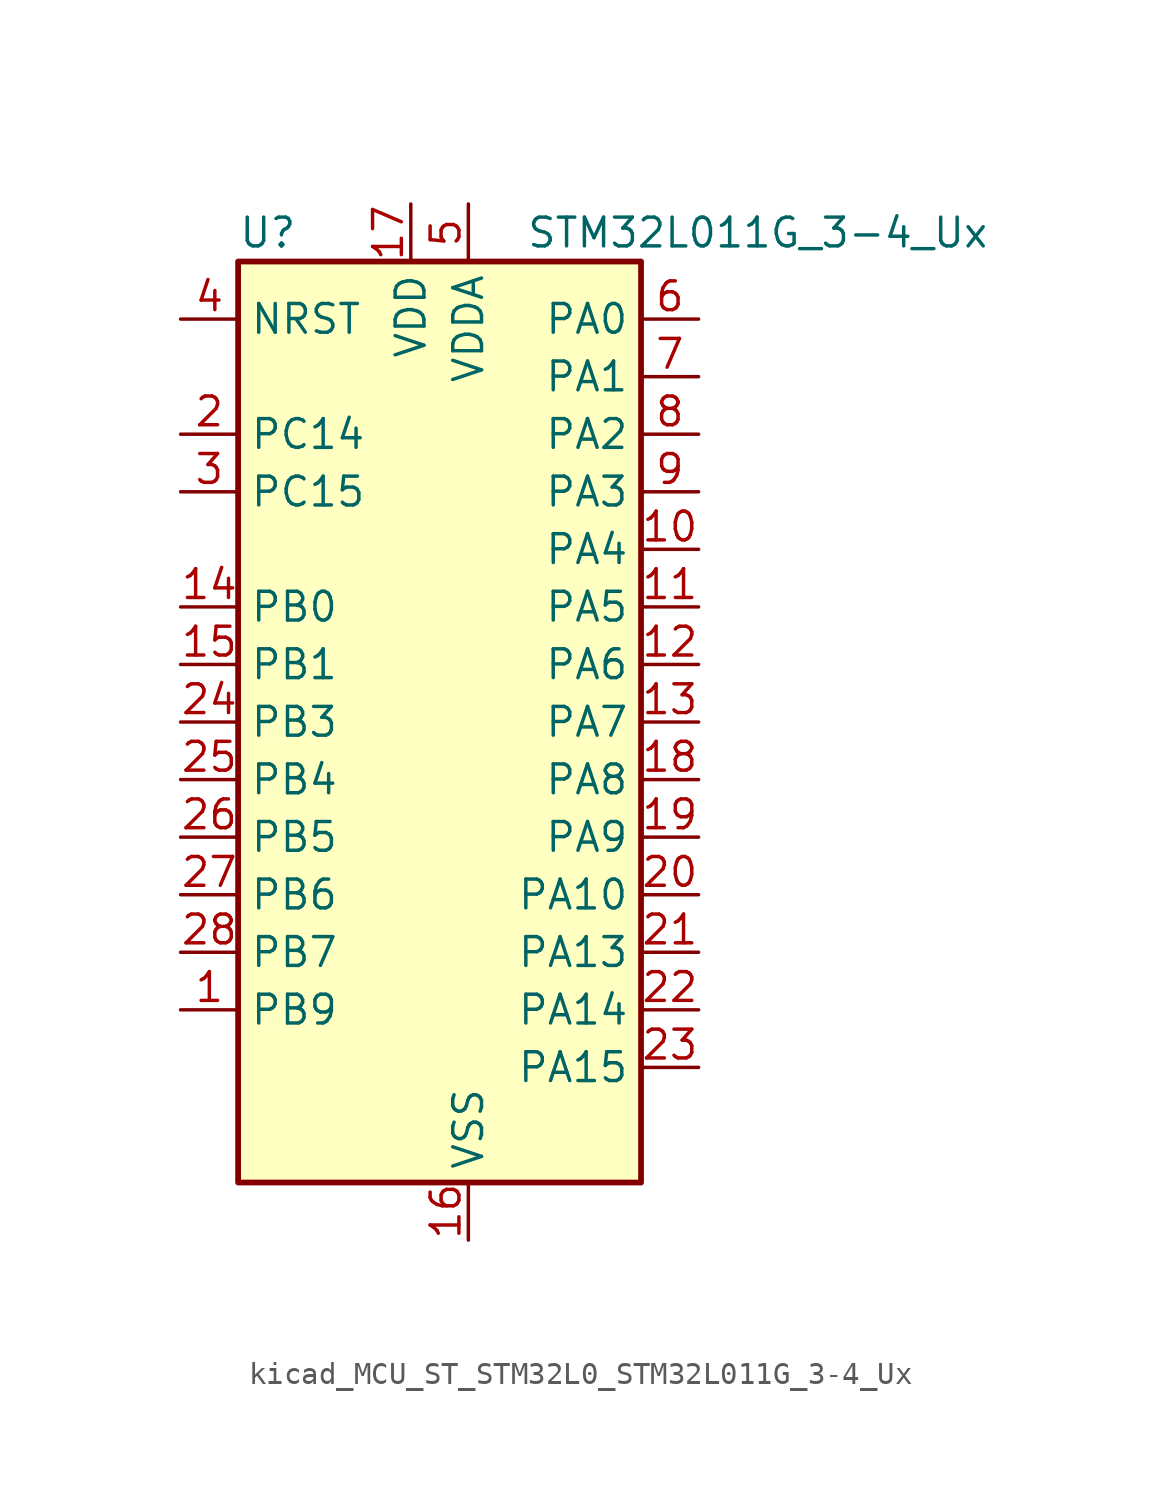
<source format=kicad_sym>
(kicad_symbol_lib
  (version 20220914)
  (generator kicad_symbol_editor)
  (symbol "kicad_MCU_ST_STM32L0_STM32L011G_3-4_Ux"
    (property "Reference" "U"
      (at -7.62 21.59 0)
      (effects (font (size 1.27 1.27)) (justify left)))
    (property "Value" "STM32L011G_3-4_Ux"
      (at 5.08 21.59 0)
      (effects (font (size 1.27 1.27)) (justify left)))
    (property "ki_locked" ""
      (at 0 0 0)
      (effects (font (size 1.27 1.27))))
    (symbol "kicad_MCU_ST_STM32L0_STM32L011G_3-4_Ux_0_1"
      (rectangle (start -7.62 -20.32) (end 10.16 20.32) (stroke (width 0.254) (type default)) (fill (type background))))
    (symbol "kicad_MCU_ST_STM32L0_STM32L011G_3-4_Ux_1_1"
      (pin bidirectional line (at -10.16 -12.7 0) (length 2.54) (name "PB9" (effects (font (size 1.27 1.27)))) (number "1" (effects (font (size 1.27 1.27)))))
      (pin bidirectional line (at 12.7 7.62 180) (length 2.54) (name "PA4" (effects (font (size 1.27 1.27)))) (number "10" (effects (font (size 1.27 1.27)))) (alternate "ADC_IN4" bidirectional line) (alternate "COMP1_INM" bidirectional line) (alternate "COMP2_INM" bidirectional line) (alternate "COMP2_OUT" bidirectional line) (alternate "I2C1_SCL" bidirectional line) (alternate "LPTIM1_ETR" bidirectional line) (alternate "LPTIM1_IN1" bidirectional line) (alternate "LPUART1_TX" bidirectional line) (alternate "SPI1_NSS" bidirectional line) (alternate "TIM2_ETR" bidirectional line) (alternate "USART2_CK" bidirectional line))
      (pin bidirectional line (at 12.7 5.08 180) (length 2.54) (name "PA5" (effects (font (size 1.27 1.27)))) (number "11" (effects (font (size 1.27 1.27)))) (alternate "ADC_IN5" bidirectional line) (alternate "COMP1_INM" bidirectional line) (alternate "COMP2_INM" bidirectional line) (alternate "LPTIM1_IN2" bidirectional line) (alternate "SPI1_SCK" bidirectional line) (alternate "TIM2_CH1" bidirectional line) (alternate "TIM2_ETR" bidirectional line))
      (pin bidirectional line (at 12.7 2.54 180) (length 2.54) (name "PA6" (effects (font (size 1.27 1.27)))) (number "12" (effects (font (size 1.27 1.27)))) (alternate "ADC_IN6" bidirectional line) (alternate "COMP1_OUT" bidirectional line) (alternate "LPTIM1_ETR" bidirectional line) (alternate "LPUART1_CTS" bidirectional line) (alternate "SPI1_MISO" bidirectional line))
      (pin bidirectional line (at 12.7 0 180) (length 2.54) (name "PA7" (effects (font (size 1.27 1.27)))) (number "13" (effects (font (size 1.27 1.27)))) (alternate "ADC_IN7" bidirectional line) (alternate "COMP2_INP" bidirectional line) (alternate "COMP2_OUT" bidirectional line) (alternate "LPTIM1_OUT" bidirectional line) (alternate "SPI1_MOSI" bidirectional line) (alternate "TIM21_ETR" bidirectional line) (alternate "USART2_CTS" bidirectional line))
      (pin bidirectional line (at -10.16 5.08 0) (length 2.54) (name "PB0" (effects (font (size 1.27 1.27)))) (number "14" (effects (font (size 1.27 1.27)))) (alternate "ADC_IN8" bidirectional line) (alternate "SPI1_MISO" bidirectional line) (alternate "SYS_VREF_OUT_PB0" bidirectional line) (alternate "TIM2_CH2" bidirectional line) (alternate "TIM2_CH3" bidirectional line) (alternate "USART2_DE" bidirectional line) (alternate "USART2_RTS" bidirectional line))
      (pin bidirectional line (at -10.16 2.54 0) (length 2.54) (name "PB1" (effects (font (size 1.27 1.27)))) (number "15" (effects (font (size 1.27 1.27)))) (alternate "ADC_IN9" bidirectional line) (alternate "LPTIM1_IN1" bidirectional line) (alternate "LPUART1_DE" bidirectional line) (alternate "LPUART1_RTS" bidirectional line) (alternate "SPI1_MOSI" bidirectional line) (alternate "SYS_VREF_OUT_PB1" bidirectional line) (alternate "TIM2_CH4" bidirectional line) (alternate "USART2_CK" bidirectional line))
      (pin power_in line (at 2.54 -22.86 90) (length 2.54) (name "VSS" (effects (font (size 1.27 1.27)))) (number "16" (effects (font (size 1.27 1.27)))))
      (pin power_in line (at 0 22.86 270) (length 2.54) (name "VDD" (effects (font (size 1.27 1.27)))) (number "17" (effects (font (size 1.27 1.27)))))
      (pin bidirectional line (at 12.7 -2.54 180) (length 2.54) (name "PA8" (effects (font (size 1.27 1.27)))) (number "18" (effects (font (size 1.27 1.27)))) (alternate "LPTIM1_IN1" bidirectional line) (alternate "RCC_MCO" bidirectional line) (alternate "TIM2_CH1" bidirectional line) (alternate "USART2_CK" bidirectional line))
      (pin bidirectional line (at 12.7 -5.08 180) (length 2.54) (name "PA9" (effects (font (size 1.27 1.27)))) (number "19" (effects (font (size 1.27 1.27)))) (alternate "COMP1_OUT" bidirectional line) (alternate "I2C1_SCL" bidirectional line) (alternate "LPTIM1_OUT" bidirectional line) (alternate "RCC_MCO" bidirectional line) (alternate "TIM21_CH2" bidirectional line) (alternate "USART2_TX" bidirectional line))
      (pin bidirectional line (at -10.16 12.7 0) (length 2.54) (name "PC14" (effects (font (size 1.27 1.27)))) (number "2" (effects (font (size 1.27 1.27)))) (alternate "RCC_OSC32_IN" bidirectional line))
      (pin bidirectional line (at 12.7 -7.62 180) (length 2.54) (name "PA10" (effects (font (size 1.27 1.27)))) (number "20" (effects (font (size 1.27 1.27)))) (alternate "COMP1_OUT" bidirectional line) (alternate "I2C1_SDA" bidirectional line) (alternate "RTC_REFIN" bidirectional line) (alternate "TIM21_CH1" bidirectional line) (alternate "TIM2_CH3" bidirectional line) (alternate "USART2_RX" bidirectional line))
      (pin bidirectional line (at 12.7 -10.16 180) (length 2.54) (name "PA13" (effects (font (size 1.27 1.27)))) (number "21" (effects (font (size 1.27 1.27)))) (alternate "COMP1_OUT" bidirectional line) (alternate "I2C1_SDA" bidirectional line) (alternate "LPTIM1_ETR" bidirectional line) (alternate "LPUART1_RX" bidirectional line) (alternate "SPI1_SCK" bidirectional line) (alternate "SYS_SWDIO" bidirectional line))
      (pin bidirectional line (at 12.7 -12.7 180) (length 2.54) (name "PA14" (effects (font (size 1.27 1.27)))) (number "22" (effects (font (size 1.27 1.27)))) (alternate "COMP2_OUT" bidirectional line) (alternate "I2C1_SMBA" bidirectional line) (alternate "LPTIM1_OUT" bidirectional line) (alternate "LPUART1_TX" bidirectional line) (alternate "SPI1_MISO" bidirectional line) (alternate "SYS_SWCLK" bidirectional line) (alternate "USART2_TX" bidirectional line))
      (pin bidirectional line (at 12.7 -15.24 180) (length 2.54) (name "PA15" (effects (font (size 1.27 1.27)))) (number "23" (effects (font (size 1.27 1.27)))) (alternate "SPI1_NSS" bidirectional line) (alternate "TIM2_CH1" bidirectional line) (alternate "TIM2_ETR" bidirectional line) (alternate "USART2_RX" bidirectional line))
      (pin bidirectional line (at -10.16 0 0) (length 2.54) (name "PB3" (effects (font (size 1.27 1.27)))) (number "24" (effects (font (size 1.27 1.27)))) (alternate "COMP2_INM" bidirectional line) (alternate "SPI1_SCK" bidirectional line) (alternate "TIM2_CH2" bidirectional line))
      (pin bidirectional line (at -10.16 -2.54 0) (length 2.54) (name "PB4" (effects (font (size 1.27 1.27)))) (number "25" (effects (font (size 1.27 1.27)))) (alternate "COMP2_INP" bidirectional line) (alternate "SPI1_MISO" bidirectional line))
      (pin bidirectional line (at -10.16 -5.08 0) (length 2.54) (name "PB5" (effects (font (size 1.27 1.27)))) (number "26" (effects (font (size 1.27 1.27)))) (alternate "COMP2_INP" bidirectional line) (alternate "I2C1_SMBA" bidirectional line) (alternate "LPTIM1_IN1" bidirectional line) (alternate "SPI1_MOSI" bidirectional line) (alternate "TIM21_CH1" bidirectional line))
      (pin bidirectional line (at -10.16 -7.62 0) (length 2.54) (name "PB6" (effects (font (size 1.27 1.27)))) (number "27" (effects (font (size 1.27 1.27)))) (alternate "COMP2_INP" bidirectional line) (alternate "I2C1_SCL" bidirectional line) (alternate "LPTIM1_ETR" bidirectional line) (alternate "LPUART1_TX" bidirectional line) (alternate "TIM2_CH3" bidirectional line) (alternate "USART2_TX" bidirectional line))
      (pin bidirectional line (at -10.16 -10.16 0) (length 2.54) (name "PB7" (effects (font (size 1.27 1.27)))) (number "28" (effects (font (size 1.27 1.27)))) (alternate "COMP2_INP" bidirectional line) (alternate "I2C1_SDA" bidirectional line) (alternate "LPTIM1_IN2" bidirectional line) (alternate "LPUART1_RX" bidirectional line) (alternate "SYS_PVD_IN" bidirectional line) (alternate "TIM2_CH4" bidirectional line) (alternate "USART2_RX" bidirectional line))
      (pin bidirectional line (at -10.16 10.16 0) (length 2.54) (name "PC15" (effects (font (size 1.27 1.27)))) (number "3" (effects (font (size 1.27 1.27)))) (alternate "RCC_OSC32_OUT" bidirectional line))
      (pin input line (at -10.16 17.78 0) (length 2.54) (name "NRST" (effects (font (size 1.27 1.27)))) (number "4" (effects (font (size 1.27 1.27)))))
      (pin power_in line (at 2.54 22.86 270) (length 2.54) (name "VDDA" (effects (font (size 1.27 1.27)))) (number "5" (effects (font (size 1.27 1.27)))))
      (pin bidirectional line (at 12.7 17.78 180) (length 2.54) (name "PA0" (effects (font (size 1.27 1.27)))) (number "6" (effects (font (size 1.27 1.27)))) (alternate "ADC_IN0" bidirectional line) (alternate "COMP1_INM" bidirectional line) (alternate "COMP1_OUT" bidirectional line) (alternate "LPTIM1_IN1" bidirectional line) (alternate "LPUART1_RX" bidirectional line) (alternate "RCC_CK_IN" bidirectional line) (alternate "RTC_TAMP2" bidirectional line) (alternate "SYS_WKUP1" bidirectional line) (alternate "TIM2_CH1" bidirectional line) (alternate "TIM2_ETR" bidirectional line) (alternate "USART2_CTS" bidirectional line) (alternate "USART2_RX" bidirectional line))
      (pin bidirectional line (at 12.7 15.24 180) (length 2.54) (name "PA1" (effects (font (size 1.27 1.27)))) (number "7" (effects (font (size 1.27 1.27)))) (alternate "ADC_IN1" bidirectional line) (alternate "COMP1_INP" bidirectional line) (alternate "I2C1_SMBA" bidirectional line) (alternate "LPTIM1_IN2" bidirectional line) (alternate "LPUART1_TX" bidirectional line) (alternate "TIM21_ETR" bidirectional line) (alternate "TIM2_CH2" bidirectional line) (alternate "USART2_DE" bidirectional line) (alternate "USART2_RTS" bidirectional line))
      (pin bidirectional line (at 12.7 12.7 180) (length 2.54) (name "PA2" (effects (font (size 1.27 1.27)))) (number "8" (effects (font (size 1.27 1.27)))) (alternate "ADC_IN2" bidirectional line) (alternate "COMP2_INM" bidirectional line) (alternate "COMP2_OUT" bidirectional line) (alternate "LPUART1_TX" bidirectional line) (alternate "RTC_OUT_ALARM" bidirectional line) (alternate "RTC_OUT_CALIB" bidirectional line) (alternate "RTC_TAMP3" bidirectional line) (alternate "RTC_TS" bidirectional line) (alternate "SYS_WKUP3" bidirectional line) (alternate "TIM21_CH1" bidirectional line) (alternate "TIM2_CH3" bidirectional line) (alternate "USART2_TX" bidirectional line))
      (pin bidirectional line (at 12.7 10.16 180) (length 2.54) (name "PA3" (effects (font (size 1.27 1.27)))) (number "9" (effects (font (size 1.27 1.27)))) (alternate "ADC_IN3" bidirectional line) (alternate "COMP2_INP" bidirectional line) (alternate "LPUART1_RX" bidirectional line) (alternate "TIM21_CH2" bidirectional line) (alternate "TIM2_CH4" bidirectional line) (alternate "USART2_RX" bidirectional line)))))
</source>
